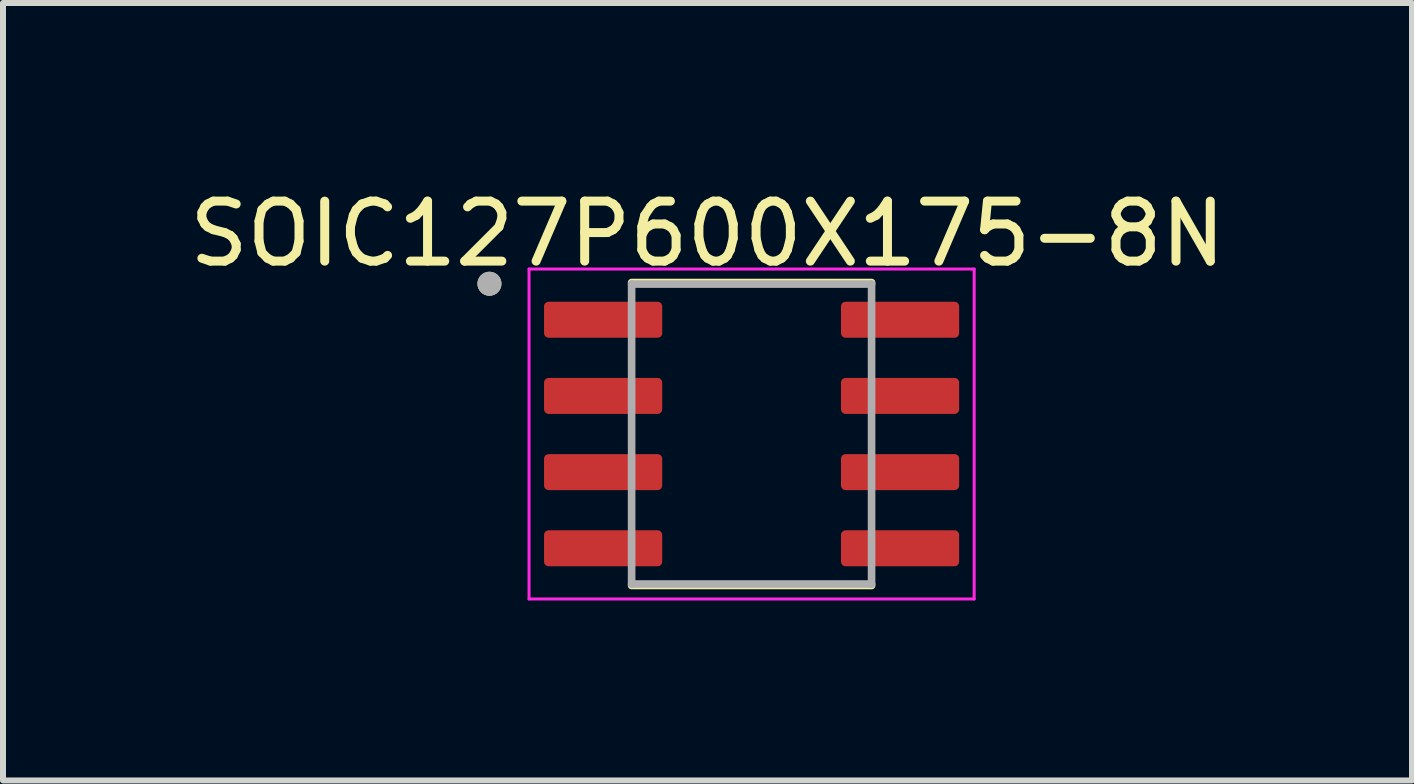
<source format=kicad_pcb>
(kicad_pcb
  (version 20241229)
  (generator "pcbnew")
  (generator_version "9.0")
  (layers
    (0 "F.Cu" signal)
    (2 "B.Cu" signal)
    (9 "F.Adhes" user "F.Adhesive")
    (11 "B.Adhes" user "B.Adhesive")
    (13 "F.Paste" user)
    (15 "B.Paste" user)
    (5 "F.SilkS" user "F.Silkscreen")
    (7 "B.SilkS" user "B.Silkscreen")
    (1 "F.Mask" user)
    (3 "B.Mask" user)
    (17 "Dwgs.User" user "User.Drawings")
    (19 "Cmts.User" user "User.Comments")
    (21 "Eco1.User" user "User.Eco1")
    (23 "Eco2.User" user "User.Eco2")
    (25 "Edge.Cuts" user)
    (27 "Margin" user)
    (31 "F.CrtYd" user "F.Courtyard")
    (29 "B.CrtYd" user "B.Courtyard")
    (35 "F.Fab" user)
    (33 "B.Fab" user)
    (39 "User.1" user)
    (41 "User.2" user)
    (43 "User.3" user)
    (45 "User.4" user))
  (footprint "SOIC127P600X175-8N"
    (layer "F.Cu")
    (at 9.479 4.185)
    (property "Reference" "SOIC127P600X175-8N" (at -0.735 -3.337 0) (layer "F.SilkS") (effects (font (size 1 1) (thickness 0.15))))
    (attr smd)
    (fp_line (start -2 -2.525) (end 2 -2.525) (stroke (width 0.127) (type solid)) (layer "F.SilkS"))
    (fp_line (start -2 2.525) (end 2 2.525) (stroke (width 0.127) (type solid)) (layer "F.SilkS"))
    (fp_circle (center -4.37 -2.505) (end -4.27 -2.505) (stroke (width 0.2) (type solid)) (fill no) (layer "F.SilkS"))
    (fp_line (start -3.71 -2.75) (end -3.71 2.75) (stroke (width 0.05) (type solid)) (layer "F.CrtYd"))
    (fp_line (start -3.71 -2.75) (end 3.71 -2.75) (stroke (width 0.05) (type solid)) (layer "F.CrtYd"))
    (fp_line (start -3.71 2.75) (end 3.71 2.75) (stroke (width 0.05) (type solid)) (layer "F.CrtYd"))
    (fp_line (start 3.71 -2.75) (end 3.71 2.75) (stroke (width 0.05) (type solid)) (layer "F.CrtYd"))
    (fp_line (start -2 -2.5) (end -2 2.5) (stroke (width 0.127) (type solid)) (layer "F.Fab"))
    (fp_line (start -2 -2.5) (end 2 -2.5) (stroke (width 0.127) (type solid)) (layer "F.Fab"))
    (fp_line (start -2 2.5) (end 2 2.5) (stroke (width 0.127) (type solid)) (layer "F.Fab"))
    (fp_line (start 2 -2.5) (end 2 2.5) (stroke (width 0.127) (type solid)) (layer "F.Fab"))
    (fp_circle (center -4.37 -2.505) (end -4.27 -2.505) (stroke (width 0.2) (type solid)) (fill no) (layer "F.Fab"))
    (pad "1" smd roundrect (at -2.475 -1.905) (size 1.97 0.6) (layers "F.Cu" "F.Mask" "F.Paste") (roundrect_rratio 0.125))
    (pad "2" smd roundrect (at -2.475 -0.635) (size 1.97 0.6) (layers "F.Cu" "F.Mask" "F.Paste") (roundrect_rratio 0.125))
    (pad "3" smd roundrect (at -2.475 0.635) (size 1.97 0.6) (layers "F.Cu" "F.Mask" "F.Paste") (roundrect_rratio 0.125))
    (pad "4" smd roundrect (at -2.475 1.905) (size 1.97 0.6) (layers "F.Cu" "F.Mask" "F.Paste") (roundrect_rratio 0.125))
    (pad "5" smd roundrect (at 2.475 1.905) (size 1.97 0.6) (layers "F.Cu" "F.Mask" "F.Paste") (roundrect_rratio 0.125))
    (pad "6" smd roundrect (at 2.475 0.635) (size 1.97 0.6) (layers "F.Cu" "F.Mask" "F.Paste") (roundrect_rratio 0.125))
    (pad "7" smd roundrect (at 2.475 -0.635) (size 1.97 0.6) (layers "F.Cu" "F.Mask" "F.Paste") (roundrect_rratio 0.125))
    (pad "8" smd roundrect (at 2.475 -1.905) (size 1.97 0.6) (layers "F.Cu" "F.Mask" "F.Paste") (roundrect_rratio 0.125)))
  (gr_rect
    (start -3 -3)
    (end 20.488 9.96)
    (stroke (width 0.1) (type default))
    (fill no)
    (layer "Edge.Cuts")))
</source>
